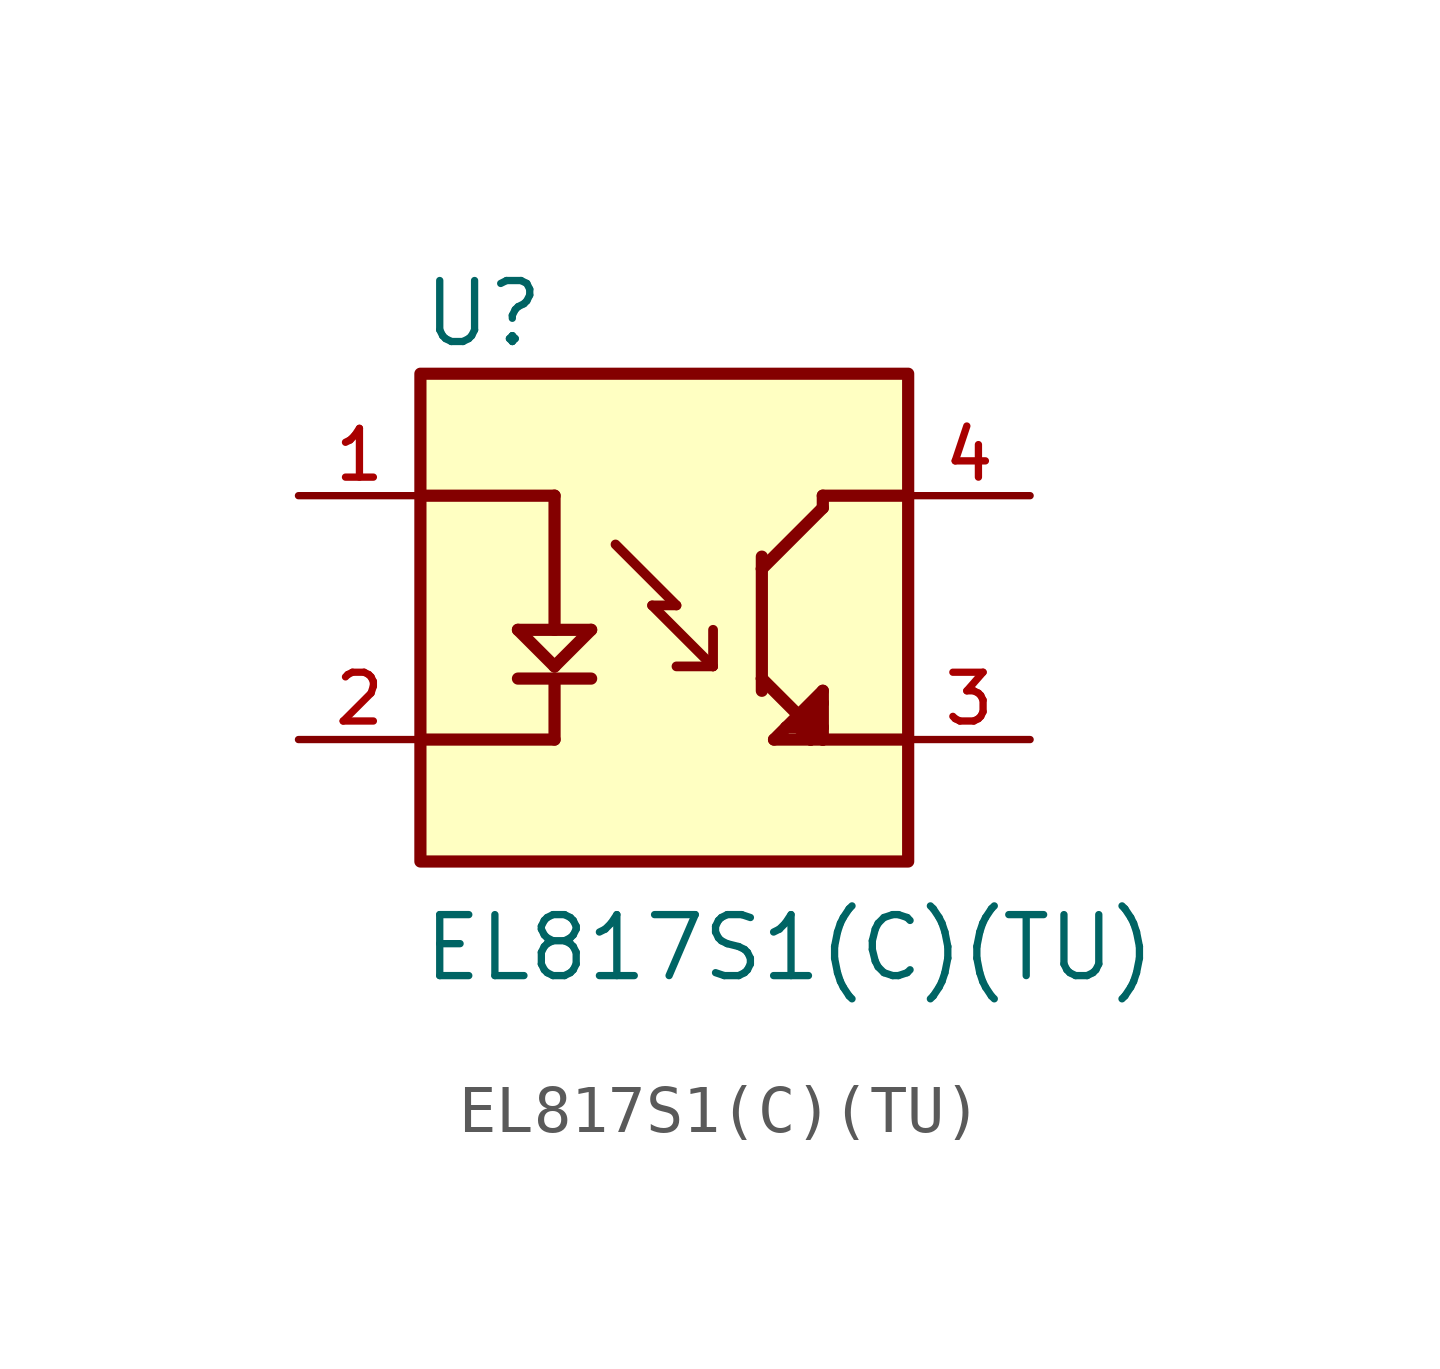
<source format=kicad_sym>
(kicad_symbol_lib
  (version 20211014)
  (generator kicad_symbol_editor)
  (symbol "EL817S1(C)(TU)"
    (pin_names
      (offset 1.016))
    (property "Reference" "U"
      (at -5.08 5.588 0)
      (effects (font (size 1.27 1.27)) (justify bottom left)))
    (property "Value" "EL817S1(C)(TU)"
      (at -5.08 -7.62 0)
      (effects (font (size 1.27 1.27)) (justify bottom left)))
    (symbol "EL817S1(C)(TU)_0_0"
      (polyline (pts (xy -5.08 2.54) (xy -2.286 2.54)) (stroke (width 0.254)))
      (polyline (pts (xy -2.286 2.54) (xy -2.286 -0.254)) (stroke (width 0.254)))
      (polyline (pts (xy -2.286 -0.254) (xy -1.524 -0.254)) (stroke (width 0.254)))
      (polyline (pts (xy -2.286 -0.254) (xy -3.048 -0.254)) (stroke (width 0.254)))
      (polyline (pts (xy -3.048 -0.254) (xy -2.286 -1.016)) (stroke (width 0.254)))
      (polyline (pts (xy -2.286 -1.016) (xy -1.524 -0.254)) (stroke (width 0.254)))
      (polyline (pts (xy -3.048 -1.27) (xy -1.524 -1.27)) (stroke (width 0.254)))
      (polyline (pts (xy -2.286 -1.27) (xy -2.286 -2.54)) (stroke (width 0.254)))
      (polyline (pts (xy -2.286 -2.54) (xy -5.08 -2.54)) (stroke (width 0.254)))
      (polyline (pts (xy 5.08 2.54) (xy 3.302 2.54)) (stroke (width 0.254)))
      (polyline (pts (xy 3.302 2.54) (xy 3.302 2.286)) (stroke (width 0.254)))
      (polyline (pts (xy 3.302 2.286) (xy 2.032 1.016)) (stroke (width 0.254)))
      (polyline (pts (xy 2.032 1.016) (xy 2.032 -1.27)) (stroke (width 0.254)))
      (polyline (pts (xy 2.032 -1.27) (xy 3.302 -2.54)) (stroke (width 0.254)))
      (polyline (pts (xy 3.302 -2.54) (xy 5.08 -2.54)) (stroke (width 0.254)))
      (polyline (pts (xy 3.302 -2.286) (xy 3.302 -1.778)) (stroke (width 0.254)))
      (polyline (pts (xy 3.302 -1.778) (xy 3.302 -1.524)) (stroke (width 0.254)))
      (polyline (pts (xy 3.302 -1.524) (xy 2.54 -2.286)) (stroke (width 0.254)))
      (polyline (pts (xy 2.54 -2.286) (xy 2.286 -2.54)) (stroke (width 0.254)))
      (polyline (pts (xy 2.286 -2.54) (xy 3.048 -2.54)) (stroke (width 0.254)))
      (polyline (pts (xy 3.048 -2.54) (xy 3.302 -2.54)) (stroke (width 0.254)))
      (polyline (pts (xy 3.302 -2.54) (xy 3.302 -2.286)) (stroke (width 0.254)))
      (polyline (pts (xy 3.302 -2.286) (xy 3.048 -2.032)) (stroke (width 0.254)))
      (polyline (pts (xy 3.048 -2.032) (xy 2.794 -2.286)) (stroke (width 0.254)))
      (polyline (pts (xy 2.54 -2.286) (xy 2.794 -2.286)) (stroke (width 0.254)))
      (polyline (pts (xy 2.794 -2.286) (xy 3.048 -2.54)) (stroke (width 0.254)))
      (polyline (pts (xy 3.048 -2.54) (xy 3.048 -2.032)) (stroke (width 0.254)))
      (polyline (pts (xy 3.048 -2.032) (xy 3.302 -1.778)) (stroke (width 0.254)))
      (polyline (pts (xy 2.032 -1.27) (xy 2.032 -1.524)) (stroke (width 0.254)))
      (polyline (pts (xy 2.032 1.016) (xy 2.032 1.27)) (stroke (width 0.254)))
      (polyline (pts (xy 0.254 0.254) (xy -0.254 0.254)) (stroke (width 0.203)))
      (polyline (pts (xy -0.254 0.254) (xy 1.016 -1.016)) (stroke (width 0.203)))
      (polyline (pts (xy 1.016 -1.016) (xy 1.016 -0.254)) (stroke (width 0.203)))
      (polyline (pts (xy 1.016 -1.016) (xy 0.254 -1.016)) (stroke (width 0.203)))
      (polyline (pts (xy -1.016 1.524) (xy 0.254 0.254)) (stroke (width 0.203)))
      (rectangle (start -5.08 -5.08) (end 5.08 5.08) (stroke (width 0.254)) (fill (type background)))
      (pin passive line (at -7.62 2.54 0) (length 2.54) (name "~" (effects (font (size 1.016 1.016)))) (number "1" (effects (font (size 1.016 1.016)))))
      (pin passive line (at -7.62 -2.54 0) (length 2.54) (name "~" (effects (font (size 1.016 1.016)))) (number "2" (effects (font (size 1.016 1.016)))))
      (pin passive line (at 7.62 2.54 180.0) (length 2.54) (name "~" (effects (font (size 1.016 1.016)))) (number "4" (effects (font (size 1.016 1.016)))))
      (pin passive line (at 7.62 -2.54 180.0) (length 2.54) (name "~" (effects (font (size 1.016 1.016)))) (number "3" (effects (font (size 1.016 1.016))))))))
</source>
